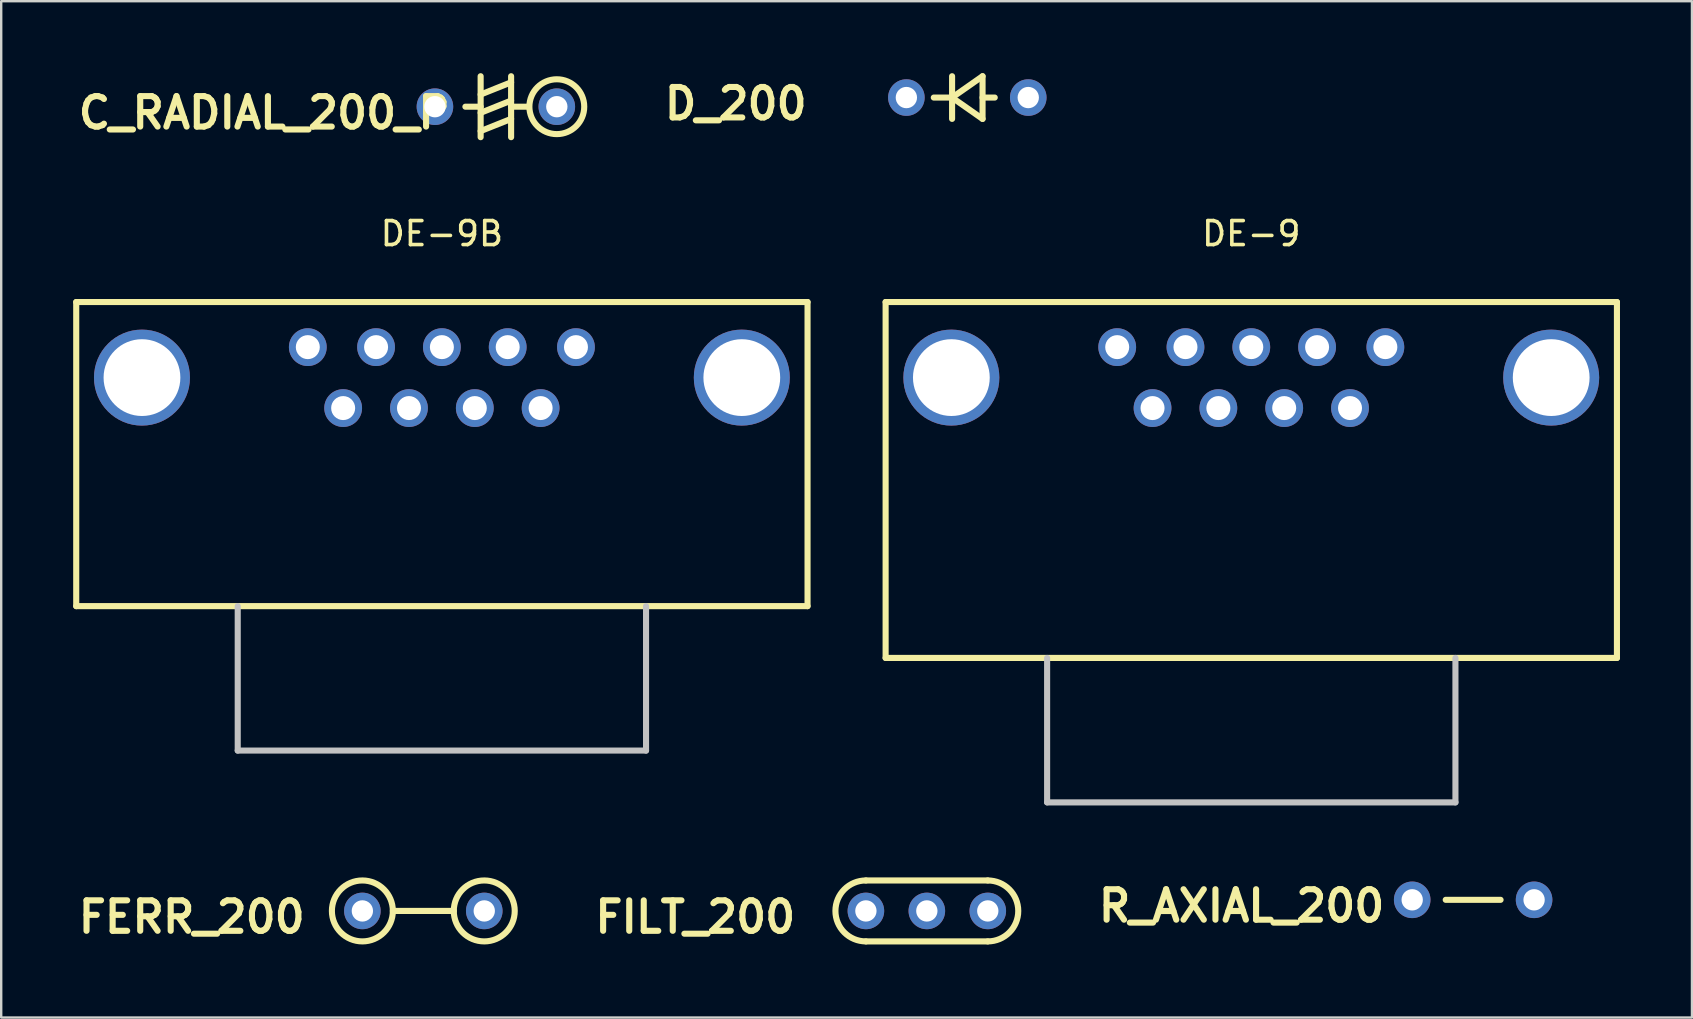
<source format=kicad_pcb>
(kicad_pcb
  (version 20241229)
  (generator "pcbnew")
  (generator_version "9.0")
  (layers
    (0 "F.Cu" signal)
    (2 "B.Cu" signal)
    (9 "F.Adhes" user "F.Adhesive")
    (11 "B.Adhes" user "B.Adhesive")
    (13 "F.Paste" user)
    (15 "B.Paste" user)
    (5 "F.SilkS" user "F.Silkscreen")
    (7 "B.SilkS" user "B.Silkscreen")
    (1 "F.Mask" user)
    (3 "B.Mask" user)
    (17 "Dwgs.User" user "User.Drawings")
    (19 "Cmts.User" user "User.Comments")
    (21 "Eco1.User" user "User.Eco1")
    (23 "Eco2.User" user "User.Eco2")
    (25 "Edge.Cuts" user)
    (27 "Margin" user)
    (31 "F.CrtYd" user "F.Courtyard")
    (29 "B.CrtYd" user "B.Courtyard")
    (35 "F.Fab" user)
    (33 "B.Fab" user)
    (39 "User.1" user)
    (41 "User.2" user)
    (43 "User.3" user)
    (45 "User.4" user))
  (footprint "R_AXIAL_200"
    (layer "F.Cu")
    (at 55.808 34.453)
    (property "Reference" "R_AXIAL_200" (at -7.112 0.254 0) (layer "F.SilkS") (effects (font (size 1.27 1.27) (thickness 0.254))))
    (attr through_hole)
    (fp_line (start 3.683 0) (end 1.397 0) (stroke (width 0.254) (type solid)) (layer "F.SilkS"))
    (pad "1" thru_hole circle (at 0 0 270) (size 1.524 1.524) (drill 0.889) (layers "*.Cu" "*.Mask"))
    (pad "2" thru_hole circle (at 5.08 0 270) (size 1.524 1.524) (drill 0.889) (layers "*.Cu" "*.Mask")))
  (footprint "FERR_200"
    (layer "F.Cu")
    (at 12.053 34.916)
    (property "Reference" "FERR_200" (at -7.112 0.254 0) (layer "F.SilkS") (effects (font (size 1.27 1.27) (thickness 0.254))))
    (attr through_hole)
    (fp_line (start 3.81 0) (end 1.27 0) (stroke (width 0.254) (type solid)) (layer "F.SilkS"))
    (fp_circle (center 0 0) (end 0 1.27) (stroke (width 0.254) (type solid)) (fill no) (layer "F.SilkS"))
    (fp_circle (center 5.08 0) (end 5.08 1.27) (stroke (width 0.254) (type solid)) (fill no) (layer "F.SilkS"))
    (pad "1" thru_hole circle (at 0 0 270) (size 1.524 1.524) (drill 0.889) (layers "*.Cu" "*.Mask"))
    (pad "2" thru_hole circle (at 5.08 0 270) (size 1.524 1.524) (drill 0.889) (layers "*.Cu" "*.Mask")))
  (footprint "FILT_200"
    (layer "F.Cu")
    (at 33.039 34.916)
    (property "Reference" "FILT_200" (at -7.112 0.254 0) (layer "F.SilkS") (effects (font (size 1.27 1.27) (thickness 0.254))))
    (attr through_hole)
    (fp_line (start 0 -1.27) (end 5.08 -1.27) (stroke (width 0.254) (type solid)) (layer "F.SilkS"))
    (fp_line (start 5.08 1.27) (end 0 1.27) (stroke (width 0.254) (type solid)) (layer "F.SilkS"))
    (fp_arc (start 0 1.27) (mid -1.27 0) (end 0 -1.27) (stroke (width 0.254) (type solid)) (layer "F.SilkS"))
    (fp_arc (start 5.08 -1.27) (mid 6.35 0) (end 5.08 1.27) (stroke (width 0.254) (type solid)) (layer "F.SilkS"))
    (pad "1" thru_hole circle (at 0 0 270) (size 1.524 1.524) (drill 0.889) (layers "*.Cu" "*.Mask"))
    (pad "2" thru_hole circle (at 2.54 0 270) (size 1.524 1.524) (drill 0.889) (layers "*.Cu" "*.Mask"))
    (pad "3" thru_hole circle (at 5.08 0 270) (size 1.524 1.524) (drill 0.889) (layers "*.Cu" "*.Mask")))
  (footprint "DE-9B"
    (layer "F.Cu")
    (at 15.367 12.688)
    (property "Reference" "DE-9B" (at 0 -6 0) (layer "F.SilkS") (effects (font (size 1 1) (thickness 0.15))))
    (attr through_hole)
    (fp_line (start -15.24 -3.15) (end -15.24 9.525) (stroke (width 0.254) (type solid)) (layer "F.SilkS"))
    (fp_line (start -15.24 9.525) (end 15.24 9.525) (stroke (width 0.254) (type solid)) (layer "F.SilkS"))
    (fp_line (start 15.24 -3.15) (end -15.24 -3.15) (stroke (width 0.254) (type solid)) (layer "F.SilkS"))
    (fp_line (start 15.24 9.525) (end 15.24 -3.15) (stroke (width 0.254) (type solid)) (layer "F.SilkS"))
    (fp_line (start -8.509 15.545) (end -8.509 9.525) (stroke (width 0.254) (type solid)) (layer "Dwgs.User"))
    (fp_line (start -8.509 15.545) (end 8.509 15.545) (stroke (width 0.254) (type solid)) (layer "Dwgs.User"))
    (fp_line (start 8.509 15.545) (end 8.509 9.525) (stroke (width 0.254) (type solid)) (layer "Dwgs.User"))
    (pad "0" thru_hole circle (at -12.5 0) (size 4 4) (drill 3.2) (layers "*.Cu" "*.Mask"))
    (pad "0" thru_hole circle (at 12.5 0) (size 4 4) (drill 3.2) (layers "*.Cu" "*.Mask"))
    (pad "1" thru_hole circle (at 5.588 -1.27) (size 1.575 1.575) (drill 1) (layers "*.Cu" "*.Mask"))
    (pad "2" thru_hole circle (at 2.743 -1.27) (size 1.575 1.575) (drill 1) (layers "*.Cu" "*.Mask"))
    (pad "3" thru_hole circle (at 0 -1.27) (size 1.575 1.575) (drill 1) (layers "*.Cu" "*.Mask"))
    (pad "4" thru_hole circle (at -2.743 -1.27) (size 1.575 1.575) (drill 1) (layers "*.Cu" "*.Mask"))
    (pad "5" thru_hole circle (at -5.588 -1.27) (size 1.575 1.575) (drill 1) (layers "*.Cu" "*.Mask"))
    (pad "6" thru_hole circle (at 4.115 1.27) (size 1.575 1.575) (drill 1) (layers "*.Cu" "*.Mask"))
    (pad "7" thru_hole circle (at 1.372 1.27) (size 1.575 1.575) (drill 1) (layers "*.Cu" "*.Mask"))
    (pad "8" thru_hole circle (at -1.372 1.27) (size 1.575 1.575) (drill 1) (layers "*.Cu" "*.Mask"))
    (pad "9" thru_hole circle (at -4.115 1.27) (size 1.575 1.575) (drill 1) (layers "*.Cu" "*.Mask")))
  (footprint "C_RADIAL_200_P"
    (layer "F.Cu")
    (at 15.077 1.397)
    (property "Reference" "C_RADIAL_200_P" (at -7.112 0.254 0) (layer "F.SilkS") (effects (font (size 1.27 1.27) (thickness 0.254))))
    (attr through_hole)
    (fp_line (start 1.905 -1.27) (end 1.905 1.27) (stroke (width 0.254) (type solid)) (layer "F.SilkS"))
    (fp_line (start 1.905 -0.508) (end 3.175 -1.016) (stroke (width 0.254) (type solid)) (layer "F.SilkS"))
    (fp_line (start 1.905 0) (end 1.27 0) (stroke (width 0.254) (type solid)) (layer "F.SilkS"))
    (fp_line (start 1.905 0.254) (end 3.175 -0.254) (stroke (width 0.254) (type solid)) (layer "F.SilkS"))
    (fp_line (start 1.905 1.016) (end 3.175 0.508) (stroke (width 0.254) (type solid)) (layer "F.SilkS"))
    (fp_line (start 3.175 0) (end 3.81 0) (stroke (width 0.254) (type solid)) (layer "F.SilkS"))
    (fp_line (start 3.175 1.27) (end 3.175 -1.27) (stroke (width 0.254) (type solid)) (layer "F.SilkS"))
    (fp_circle (center 5.08 0) (end 6.223 0) (stroke (width 0.254) (type solid)) (fill no) (layer "F.SilkS"))
    (pad "1" thru_hole circle (at 0 0 270) (size 1.524 1.524) (drill 0.889) (layers "*.Cu" "*.Mask"))
    (pad "2" thru_hole circle (at 5.08 0 270) (size 1.524 1.524) (drill 0.889) (layers "*.Cu" "*.Mask")))
  (footprint "DE-9"
    (layer "F.Cu")
    (at 49.101 12.688)
    (property "Reference" "DE-9" (at 0 -6 0) (layer "F.SilkS") (effects (font (size 1 1) (thickness 0.15))))
    (attr through_hole)
    (fp_line (start -15.24 -3.15) (end -15.24 11.684) (stroke (width 0.254) (type solid)) (layer "F.SilkS"))
    (fp_line (start -15.24 11.684) (end 15.24 11.684) (stroke (width 0.254) (type solid)) (layer "F.SilkS"))
    (fp_line (start 15.24 -3.15) (end -15.24 -3.15) (stroke (width 0.254) (type solid)) (layer "F.SilkS"))
    (fp_line (start 15.24 11.684) (end 15.24 -3.15) (stroke (width 0.254) (type solid)) (layer "F.SilkS"))
    (fp_line (start -8.509 17.704) (end -8.509 11.684) (stroke (width 0.254) (type solid)) (layer "Dwgs.User"))
    (fp_line (start -8.509 17.704) (end 8.509 17.704) (stroke (width 0.254) (type solid)) (layer "Dwgs.User"))
    (fp_line (start 8.509 17.704) (end 8.509 11.684) (stroke (width 0.254) (type solid)) (layer "Dwgs.User"))
    (pad "0" thru_hole circle (at -12.5 0) (size 4 4) (drill 3.2) (layers "*.Cu" "*.Mask"))
    (pad "0" thru_hole circle (at 12.5 0) (size 4 4) (drill 3.2) (layers "*.Cu" "*.Mask"))
    (pad "1" thru_hole circle (at 5.588 -1.27) (size 1.575 1.575) (drill 1) (layers "*.Cu" "*.Mask"))
    (pad "2" thru_hole circle (at 2.743 -1.27) (size 1.575 1.575) (drill 1) (layers "*.Cu" "*.Mask"))
    (pad "3" thru_hole circle (at 0 -1.27) (size 1.575 1.575) (drill 1) (layers "*.Cu" "*.Mask"))
    (pad "4" thru_hole circle (at -2.743 -1.27) (size 1.575 1.575) (drill 1) (layers "*.Cu" "*.Mask"))
    (pad "5" thru_hole circle (at -5.588 -1.27) (size 1.575 1.575) (drill 1) (layers "*.Cu" "*.Mask"))
    (pad "6" thru_hole circle (at 4.115 1.27) (size 1.575 1.575) (drill 1) (layers "*.Cu" "*.Mask"))
    (pad "7" thru_hole circle (at 1.372 1.27) (size 1.575 1.575) (drill 1) (layers "*.Cu" "*.Mask"))
    (pad "8" thru_hole circle (at -1.372 1.27) (size 1.575 1.575) (drill 1) (layers "*.Cu" "*.Mask"))
    (pad "9" thru_hole circle (at -4.115 1.27) (size 1.575 1.575) (drill 1) (layers "*.Cu" "*.Mask")))
  (footprint "D_200"
    (layer "F.Cu")
    (at 34.726 1.016)
    (property "Reference" "D_200" (at -7.112 0.254 0) (layer "F.SilkS") (effects (font (size 1.27 1.27) (thickness 0.254))))
    (attr through_hole)
    (fp_line (start 1.905 -0.889) (end 1.905 0.889) (stroke (width 0.254) (type solid)) (layer "F.SilkS"))
    (fp_line (start 1.905 0) (end 1.143 0) (stroke (width 0.254) (type solid)) (layer "F.SilkS"))
    (fp_line (start 1.905 0) (end 3.175 -0.889) (stroke (width 0.254) (type solid)) (layer "F.SilkS"))
    (fp_line (start 1.905 0) (end 3.175 0.889) (stroke (width 0.254) (type solid)) (layer "F.SilkS"))
    (fp_line (start 3.175 0) (end 3.683 0) (stroke (width 0.254) (type solid)) (layer "F.SilkS"))
    (fp_line (start 3.175 0.889) (end 3.175 -0.889) (stroke (width 0.254) (type solid)) (layer "F.SilkS"))
    (pad "1" thru_hole circle (at 0 0 270) (size 1.524 1.524) (drill 0.889) (layers "*.Cu" "*.Mask"))
    (pad "2" thru_hole circle (at 5.08 0 270) (size 1.524 1.524) (drill 0.889) (layers "*.Cu" "*.Mask")))
  (gr_rect
    (start -3 -3)
    (end 67.468 39.358)
    (stroke (width 0.1) (type default))
    (fill no)
    (layer "Edge.Cuts")))
</source>
